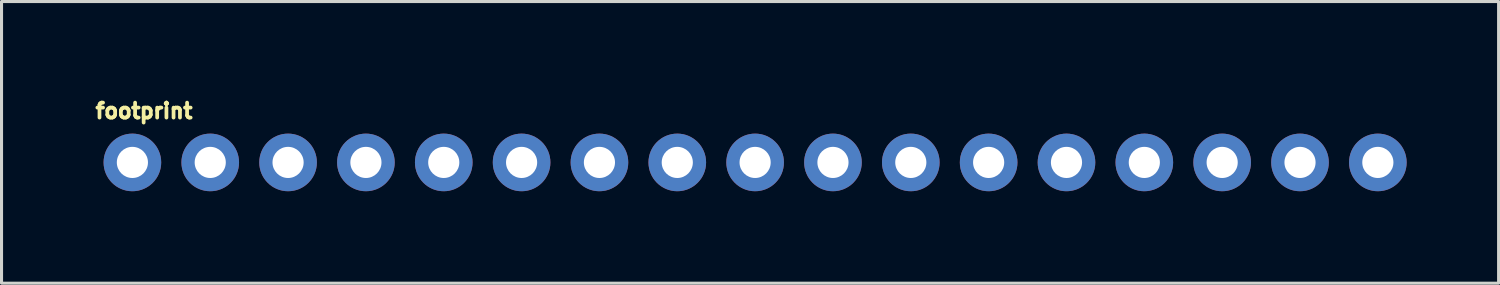
<source format=kicad_pcb>
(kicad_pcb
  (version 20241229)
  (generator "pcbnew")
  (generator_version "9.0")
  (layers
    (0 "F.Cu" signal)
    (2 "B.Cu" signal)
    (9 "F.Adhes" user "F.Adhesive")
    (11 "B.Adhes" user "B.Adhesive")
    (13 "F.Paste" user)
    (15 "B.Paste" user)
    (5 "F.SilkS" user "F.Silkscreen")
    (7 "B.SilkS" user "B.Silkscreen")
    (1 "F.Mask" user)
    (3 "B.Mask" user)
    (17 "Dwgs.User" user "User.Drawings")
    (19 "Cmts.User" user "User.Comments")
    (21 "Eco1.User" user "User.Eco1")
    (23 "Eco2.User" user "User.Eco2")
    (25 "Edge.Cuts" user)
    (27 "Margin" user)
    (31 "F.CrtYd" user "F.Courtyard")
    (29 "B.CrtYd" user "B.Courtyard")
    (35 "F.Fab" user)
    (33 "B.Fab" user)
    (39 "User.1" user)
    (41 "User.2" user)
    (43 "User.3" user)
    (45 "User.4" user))
  (footprint "footprint"
    (layer "F.Cu")
    (at 1.27 2.25)
    (property "Reference" "footprint" (at -1.27 -1.397 0) (layer "F.SilkS") (effects (font (size 0.488 0.488) (thickness 0.122)) (justify left bottom)))
    (fp_circle (center 0 0) (end 0.254 0) (stroke (width 0.508) (type solid)) (fill yes) (layer "F.Mask"))
    (fp_circle (center 2.54 0) (end 2.794 0) (stroke (width 0.508) (type solid)) (fill yes) (layer "F.Mask"))
    (fp_circle (center 5.08 0) (end 5.334 0) (stroke (width 0.508) (type solid)) (fill yes) (layer "F.Mask"))
    (fp_circle (center 7.62 0) (end 7.874 0) (stroke (width 0.508) (type solid)) (fill yes) (layer "F.Mask"))
    (fp_circle (center 10.16 0) (end 10.414 0) (stroke (width 0.508) (type solid)) (fill yes) (layer "F.Mask"))
    (fp_circle (center 12.7 0) (end 12.954 0) (stroke (width 0.508) (type solid)) (fill yes) (layer "F.Mask"))
    (fp_circle (center 15.24 0) (end 15.494 0) (stroke (width 0.508) (type solid)) (fill yes) (layer "F.Mask"))
    (fp_circle (center 17.78 0) (end 18.034 0) (stroke (width 0.508) (type solid)) (fill yes) (layer "F.Mask"))
    (fp_circle (center 20.32 0) (end 20.574 0) (stroke (width 0.508) (type solid)) (fill yes) (layer "F.Mask"))
    (fp_circle (center 22.86 0) (end 23.114 0) (stroke (width 0.508) (type solid)) (fill yes) (layer "F.Mask"))
    (fp_circle (center 25.4 0) (end 25.654 0) (stroke (width 0.508) (type solid)) (fill yes) (layer "F.Mask"))
    (fp_circle (center 27.94 0) (end 28.194 0) (stroke (width 0.508) (type solid)) (fill yes) (layer "F.Mask"))
    (fp_circle (center 30.48 0) (end 30.734 0) (stroke (width 0.508) (type solid)) (fill yes) (layer "F.Mask"))
    (fp_circle (center 33.02 0) (end 33.274 0) (stroke (width 0.508) (type solid)) (fill yes) (layer "F.Mask"))
    (fp_circle (center 35.56 0) (end 35.814 0) (stroke (width 0.508) (type solid)) (fill yes) (layer "F.Mask"))
    (fp_circle (center 38.1 0) (end 38.354 0) (stroke (width 0.508) (type solid)) (fill yes) (layer "F.Mask"))
    (fp_circle (center 40.64 0) (end 40.894 0) (stroke (width 0.508) (type solid)) (fill yes) (layer "F.Mask"))
    (fp_circle (center 0 0) (end 0.47 0) (stroke (width 0.94) (type solid)) (fill yes) (layer "B.Mask"))
    (fp_circle (center 2.54 0) (end 3.01 0) (stroke (width 0.94) (type solid)) (fill yes) (layer "B.Mask"))
    (fp_circle (center 5.08 0) (end 5.55 0) (stroke (width 0.94) (type solid)) (fill yes) (layer "B.Mask"))
    (fp_circle (center 7.62 0) (end 8.09 0) (stroke (width 0.94) (type solid)) (fill yes) (layer "B.Mask"))
    (fp_circle (center 10.16 0) (end 10.63 0) (stroke (width 0.94) (type solid)) (fill yes) (layer "B.Mask"))
    (fp_circle (center 12.7 0) (end 13.17 0) (stroke (width 0.94) (type solid)) (fill yes) (layer "B.Mask"))
    (fp_circle (center 15.24 0) (end 15.71 0) (stroke (width 0.94) (type solid)) (fill yes) (layer "B.Mask"))
    (fp_circle (center 17.78 0) (end 18.25 0) (stroke (width 0.94) (type solid)) (fill yes) (layer "B.Mask"))
    (fp_circle (center 20.32 0) (end 20.79 0) (stroke (width 0.94) (type solid)) (fill yes) (layer "B.Mask"))
    (fp_circle (center 22.86 0) (end 23.33 0) (stroke (width 0.94) (type solid)) (fill yes) (layer "B.Mask"))
    (fp_circle (center 25.4 0) (end 25.87 0) (stroke (width 0.94) (type solid)) (fill yes) (layer "B.Mask"))
    (fp_circle (center 27.94 0) (end 28.41 0) (stroke (width 0.94) (type solid)) (fill yes) (layer "B.Mask"))
    (fp_circle (center 30.48 0) (end 30.95 0) (stroke (width 0.94) (type solid)) (fill yes) (layer "B.Mask"))
    (fp_circle (center 33.02 0) (end 33.49 0) (stroke (width 0.94) (type solid)) (fill yes) (layer "B.Mask"))
    (fp_circle (center 35.56 0) (end 36.03 0) (stroke (width 0.94) (type solid)) (fill yes) (layer "B.Mask"))
    (fp_circle (center 38.1 0) (end 38.57 0) (stroke (width 0.94) (type solid)) (fill yes) (layer "B.Mask"))
    (fp_circle (center 40.64 0) (end 41.11 0) (stroke (width 0.94) (type solid)) (fill yes) (layer "B.Mask"))
    (pad "1" thru_hole circle (at 0 0 90) (size 1.88 1.88) (drill 1.016) (layers "*.Cu"))
    (pad "2" thru_hole circle (at 2.54 0 90) (size 1.88 1.88) (drill 1.016) (layers "*.Cu"))
    (pad "3" thru_hole circle (at 5.08 0 90) (size 1.88 1.88) (drill 1.016) (layers "*.Cu"))
    (pad "4" thru_hole circle (at 7.62 0 90) (size 1.88 1.88) (drill 1.016) (layers "*.Cu"))
    (pad "5" thru_hole circle (at 10.16 0 90) (size 1.88 1.88) (drill 1.016) (layers "*.Cu"))
    (pad "6" thru_hole circle (at 12.7 0 90) (size 1.88 1.88) (drill 1.016) (layers "*.Cu"))
    (pad "7" thru_hole circle (at 15.24 0 90) (size 1.88 1.88) (drill 1.016) (layers "*.Cu"))
    (pad "8" thru_hole circle (at 17.78 0 90) (size 1.88 1.88) (drill 1.016) (layers "*.Cu"))
    (pad "9" thru_hole circle (at 20.32 0 90) (size 1.88 1.88) (drill 1.016) (layers "*.Cu"))
    (pad "10" thru_hole circle (at 22.86 0 90) (size 1.88 1.88) (drill 1.016) (layers "*.Cu"))
    (pad "11" thru_hole circle (at 25.4 0 90) (size 1.88 1.88) (drill 1.016) (layers "*.Cu"))
    (pad "12" thru_hole circle (at 27.94 0 90) (size 1.88 1.88) (drill 1.016) (layers "*.Cu"))
    (pad "13" thru_hole circle (at 30.48 0 90) (size 1.88 1.88) (drill 1.016) (layers "*.Cu"))
    (pad "14" thru_hole circle (at 33.02 0 90) (size 1.88 1.88) (drill 1.016) (layers "*.Cu"))
    (pad "15" thru_hole circle (at 35.56 0 90) (size 1.88 1.88) (drill 1.016) (layers "*.Cu"))
    (pad "16" thru_hole circle (at 38.1 0 90) (size 1.88 1.88) (drill 1.016) (layers "*.Cu"))
    (pad "17" thru_hole circle (at 40.64 0 90) (size 1.88 1.88) (drill 1.016) (layers "*.Cu")))
  (gr_rect
    (start -3 -3)
    (end 45.85 6.19)
    (stroke (width 0.1) (type default))
    (fill no)
    (layer "Edge.Cuts")))
</source>
